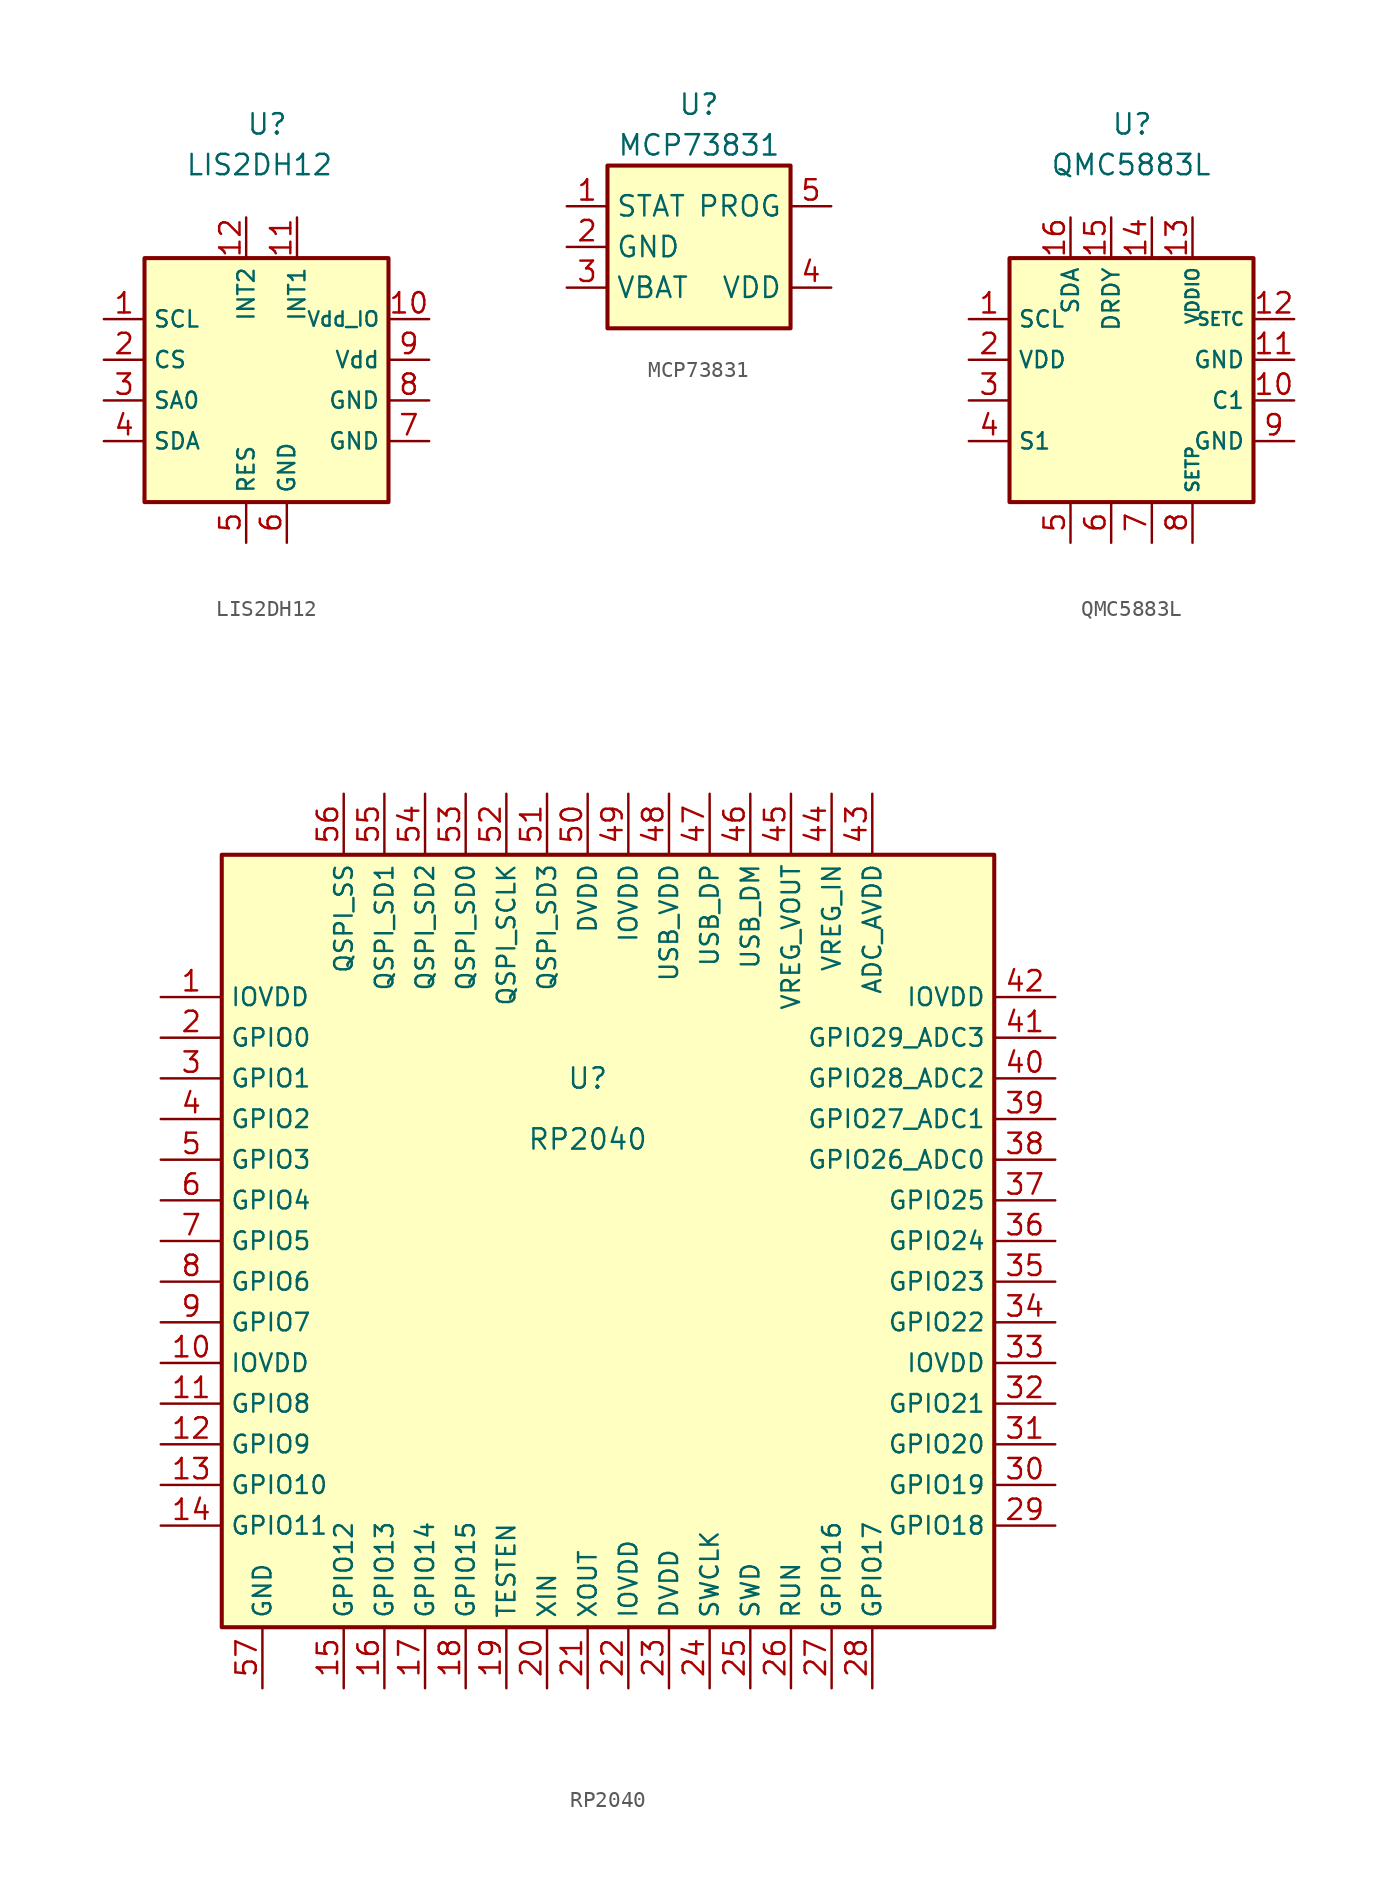
<source format=kicad_sym>
(kicad_symbol_lib
  (version 20220914)
  (generator kicad_symbol_editor)
  (symbol "LIS2DH12"
    (pin_names
      (offset 0.5))
    (property "Reference" "U"
      (at -1.27 15.24 0)
      (effects (font (size 1.27 1.27)) (justify left bottom)))
    (property "Value" "LIS2DH12"
      (at -5.08 12.7 0)
      (effects (font (size 1.27 1.27)) (justify left bottom)))
    (symbol "LIS2DH12_0_0"
      (rectangle (start -7.62 7.62) (end 7.62 -7.62) (stroke (width 0.254) (type default)) (fill (type background))))
    (symbol "LIS2DH12_1_0"
      (pin input line (at -10.16 3.81 0) (length 2.54) (name "SCL" (effects (font (size 1.016 1.016)))) (number "1" (effects (font (size 1.27 1.27)))))
      (pin power_in line (at 10.16 3.81 180) (length 2.54) (name "Vdd_IO" (effects (font (size 0.9 0.9)))) (number "10" (effects (font (size 1.27 1.27)))))
      (pin output line (at 1.905 10.16 270) (length 2.54) (name "INT1" (effects (font (size 1.016 1.016)))) (number "11" (effects (font (size 1.27 1.27)))))
      (pin output line (at -1.27 10.16 270) (length 2.54) (name "INT2" (effects (font (size 1.016 1.016)))) (number "12" (effects (font (size 1.27 1.27)))))
      (pin input line (at -10.16 1.27 0) (length 2.54) (name "CS" (effects (font (size 1.016 1.016)))) (number "2" (effects (font (size 1.27 1.27)))))
      (pin bidirectional line (at -10.16 -3.81 0) (length 2.54) (name "SDA" (effects (font (size 1.016 1.016)))) (number "4" (effects (font (size 1.27 1.27)))))
      (pin power_in line (at 10.16 -3.81 180) (length 2.54) (name "GND" (effects (font (size 1.016 1.016)))) (number "7" (effects (font (size 1.27 1.27)))))
      (pin power_in line (at 10.16 -1.27 180) (length 2.54) (name "GND" (effects (font (size 1.016 1.016)))) (number "8" (effects (font (size 1.27 1.27)))))
      (pin power_in line (at 10.16 1.27 180) (length 2.54) (name "Vdd" (effects (font (size 1.016 1.016)))) (number "9" (effects (font (size 1.27 1.27))))))
    (symbol "LIS2DH12_1_1"
      (pin bidirectional line (at -10.16 -1.27 0) (length 2.54) (name "SA0" (effects (font (size 1.016 1.016)))) (number "3" (effects (font (size 1.27 1.27)))))
      (pin input line (at -1.27 -10.16 90) (length 2.54) (name "RES" (effects (font (size 1.016 1.016)))) (number "5" (effects (font (size 1.27 1.27)))))
      (pin power_in line (at 1.27 -10.16 90) (length 2.54) (name "GND" (effects (font (size 1.016 1.016)))) (number "6" (effects (font (size 1.27 1.27)))))))
  (symbol "MCP73831"
    (property "Reference" "U"
      (at 0 8.89 0)
      (effects (font (size 1.27 1.27))))
    (property "Value" "MCP73831"
      (at 0 6.35 0)
      (effects (font (size 1.27 1.27))))
    (symbol "MCP73831_0_1"
      (rectangle (start -5.715 5.08) (end 5.715 -5.08) (stroke (width 0.254) (type default)) (fill (type background))))
    (symbol "MCP73831_1_1"
      (pin output line (at -8.255 2.54 0) (length 2.54) (name "STAT" (effects (font (size 1.27 1.27)))) (number "1" (effects (font (size 1.27 1.27)))))
      (pin power_in line (at -8.255 0 0) (length 2.54) (name "GND" (effects (font (size 1.27 1.27)))) (number "2" (effects (font (size 1.27 1.27)))))
      (pin power_out line (at -8.255 -2.54 0) (length 2.54) (name "VBAT" (effects (font (size 1.27 1.27)))) (number "3" (effects (font (size 1.27 1.27)))))
      (pin power_in line (at 8.255 -2.54 180) (length 2.54) (name "VDD" (effects (font (size 1.27 1.27)))) (number "4" (effects (font (size 1.27 1.27)))))
      (pin passive line (at 8.255 2.54 180) (length 2.54) (name "PROG" (effects (font (size 1.27 1.27)))) (number "5" (effects (font (size 1.27 1.27)))))))
  (symbol "QMC5883L"
    (pin_names
      (offset 0.5))
    (property "Reference" "U"
      (at -1.27 15.24 0)
      (effects (font (size 1.27 1.27)) (justify left bottom)))
    (property "Value" "QMC5883L"
      (at -5.08 12.7 0)
      (effects (font (size 1.27 1.27)) (justify left bottom)))
    (symbol "QMC5883L_0_0"
      (rectangle (start -7.62 7.62) (end 7.62 -7.62) (stroke (width 0.254) (type default)) (fill (type background))))
    (symbol "QMC5883L_1_0"
      (pin bidirectional line (at -10.16 3.81 0) (length 2.54) (name "SCL" (effects (font (size 1.016 1.016)))) (number "1" (effects (font (size 1.27 1.27)))))
      (pin input line (at 10.16 -1.27 180) (length 2.54) (name "C1" (effects (font (size 1.016 1.016)))) (number "10" (effects (font (size 1.27 1.27)))))
      (pin power_in line (at 10.16 1.27 180) (length 2.54) (name "GND" (effects (font (size 1.016 1.016)))) (number "11" (effects (font (size 1.27 1.27)))))
      (pin input line (at 10.16 3.81 180) (length 2.54) (name "SETC" (effects (font (size 0.8 0.8)))) (number "12" (effects (font (size 1.27 1.27)))))
      (pin power_in line (at 3.81 10.16 270) (length 2.54) (name "VDDIO" (effects (font (size 0.8 0.8)))) (number "13" (effects (font (size 1.27 1.27)))))
      (pin free line (at 1.27 10.16 270) (length 2.54) (name "" (effects (font (size 1.016 1.016)))) (number "14" (effects (font (size 1.27 1.27)))))
      (pin free line (at -1.27 10.16 270) (length 2.54) (name "DRDY" (effects (font (size 1.016 1.016)))) (number "15" (effects (font (size 1.27 1.27)))))
      (pin bidirectional line (at -3.81 10.16 270) (length 2.54) (name "SDA" (effects (font (size 1.016 1.016)))) (number "16" (effects (font (size 1.27 1.27)))))
      (pin power_in line (at -10.16 1.27 0) (length 2.54) (name "VDD" (effects (font (size 1.016 1.016)))) (number "2" (effects (font (size 1.27 1.27)))))
      (pin bidirectional line (at -10.16 -3.81 0) (length 2.54) (name "S1" (effects (font (size 1.016 1.016)))) (number "4" (effects (font (size 1.27 1.27)))))
      (pin bidirectional line (at 3.81 -10.16 90) (length 2.54) (name "SETP" (effects (font (size 0.8 0.8)))) (number "8" (effects (font (size 1.27 1.27)))))
      (pin power_in line (at 10.16 -3.81 180) (length 2.54) (name "GND" (effects (font (size 1.016 1.016)))) (number "9" (effects (font (size 1.27 1.27))))))
    (symbol "QMC5883L_1_1"
      (pin free line (at -10.16 -1.27 0) (length 2.54) (name "" (effects (font (size 1.016 1.016)))) (number "3" (effects (font (size 1.27 1.27)))))
      (pin free line (at -3.81 -10.16 90) (length 2.54) (name "" (effects (font (size 1.016 1.016)))) (number "5" (effects (font (size 1.27 1.27)))))
      (pin free line (at -1.27 -10.16 90) (length 2.54) (name "" (effects (font (size 1.016 1.016)))) (number "6" (effects (font (size 1.27 1.27)))))
      (pin free line (at 1.27 -10.16 90) (length 2.54) (name "" (effects (font (size 1.016 1.016)))) (number "7" (effects (font (size 1.27 1.27)))))))
  (symbol "RP2040"
    (property "Reference" "U"
      (at 0 10.16 0)
      (effects (font (size 1.27 1.27))))
    (property "Value" "RP2040"
      (at 0 6.35 0)
      (effects (font (size 1.27 1.27))))
    (symbol "RP2040_0_1"
      (rectangle (start -22.86 24.13) (end 25.4 -24.13) (stroke (width 0.254) (type default)) (fill (type background))))
    (symbol "RP2040_1_1"
      (pin power_in line (at -26.67 15.24 0) (length 3.81) (name "IOVDD" (effects (font (size 1.1 1.1)))) (number "1" (effects (font (size 1.27 1.27)))))
      (pin power_in line (at -26.67 -7.62 0) (length 3.81) (name "IOVDD" (effects (font (size 1.1 1.1)))) (number "10" (effects (font (size 1.27 1.27)))))
      (pin bidirectional line (at -26.67 -10.16 0) (length 3.81) (name "GPIO8" (effects (font (size 1.1 1.1)))) (number "11" (effects (font (size 1.27 1.27)))))
      (pin bidirectional line (at -26.67 -12.7 0) (length 3.81) (name "GPIO9" (effects (font (size 1.1 1.1)))) (number "12" (effects (font (size 1.27 1.27)))))
      (pin bidirectional line (at -26.67 -15.24 0) (length 3.81) (name "GPIO10" (effects (font (size 1.1 1.1)))) (number "13" (effects (font (size 1.27 1.27)))))
      (pin bidirectional line (at -26.67 -17.78 0) (length 3.81) (name "GPIO11" (effects (font (size 1.1 1.1)))) (number "14" (effects (font (size 1.27 1.27)))))
      (pin bidirectional line (at -15.24 -27.94 90) (length 3.81) (name "GPIO12" (effects (font (size 1.1 1.1)))) (number "15" (effects (font (size 1.27 1.27)))))
      (pin bidirectional line (at -12.7 -27.94 90) (length 3.81) (name "GPIO13" (effects (font (size 1.1 1.1)))) (number "16" (effects (font (size 1.27 1.27)))))
      (pin bidirectional line (at -10.16 -27.94 90) (length 3.81) (name "GPIO14" (effects (font (size 1.1 1.1)))) (number "17" (effects (font (size 1.27 1.27)))))
      (pin bidirectional line (at -7.62 -27.94 90) (length 3.81) (name "GPIO15" (effects (font (size 1.1 1.1)))) (number "18" (effects (font (size 1.27 1.27)))))
      (pin input line (at -5.08 -27.94 90) (length 3.81) (name "TESTEN" (effects (font (size 1.1 1.1)))) (number "19" (effects (font (size 1.27 1.27)))))
      (pin bidirectional line (at -26.67 12.7 0) (length 3.81) (name "GPIO0" (effects (font (size 1.1 1.1)))) (number "2" (effects (font (size 1.27 1.27)))))
      (pin input line (at -2.54 -27.94 90) (length 3.81) (name "XIN" (effects (font (size 1.1 1.1)))) (number "20" (effects (font (size 1.27 1.27)))))
      (pin passive line (at 0 -27.94 90) (length 3.81) (name "XOUT" (effects (font (size 1.1 1.1)))) (number "21" (effects (font (size 1.27 1.27)))))
      (pin power_in line (at 2.54 -27.94 90) (length 3.81) (name "IOVDD" (effects (font (size 1.1 1.1)))) (number "22" (effects (font (size 1.27 1.27)))))
      (pin power_in line (at 5.08 -27.94 90) (length 3.81) (name "DVDD" (effects (font (size 1.1 1.1)))) (number "23" (effects (font (size 1.27 1.27)))))
      (pin input line (at 7.62 -27.94 90) (length 3.81) (name "SWCLK" (effects (font (size 1.1 1.1)))) (number "24" (effects (font (size 1.27 1.27)))))
      (pin bidirectional line (at 10.16 -27.94 90) (length 3.81) (name "SWD" (effects (font (size 1.1 1.1)))) (number "25" (effects (font (size 1.27 1.27)))))
      (pin input line (at 12.7 -27.94 90) (length 3.81) (name "RUN" (effects (font (size 1.1 1.1)))) (number "26" (effects (font (size 1.27 1.27)))))
      (pin bidirectional line (at 15.24 -27.94 90) (length 3.81) (name "GPIO16" (effects (font (size 1.1 1.1)))) (number "27" (effects (font (size 1.27 1.27)))))
      (pin bidirectional line (at 17.78 -27.94 90) (length 3.81) (name "GPIO17" (effects (font (size 1.1 1.1)))) (number "28" (effects (font (size 1.27 1.27)))))
      (pin bidirectional line (at 29.21 -17.78 180) (length 3.81) (name "GPIO18" (effects (font (size 1.1 1.1)))) (number "29" (effects (font (size 1.27 1.27)))))
      (pin bidirectional line (at -26.67 10.16 0) (length 3.81) (name "GPIO1" (effects (font (size 1.1 1.1)))) (number "3" (effects (font (size 1.27 1.27)))))
      (pin bidirectional line (at 29.21 -15.24 180) (length 3.81) (name "GPIO19" (effects (font (size 1.1 1.1)))) (number "30" (effects (font (size 1.27 1.27)))))
      (pin bidirectional line (at 29.21 -12.7 180) (length 3.81) (name "GPIO20" (effects (font (size 1.1 1.1)))) (number "31" (effects (font (size 1.27 1.27)))))
      (pin bidirectional line (at 29.21 -10.16 180) (length 3.81) (name "GPIO21" (effects (font (size 1.1 1.1)))) (number "32" (effects (font (size 1.27 1.27)))))
      (pin power_in line (at 29.21 -7.62 180) (length 3.81) (name "IOVDD" (effects (font (size 1.1 1.1)))) (number "33" (effects (font (size 1.27 1.27)))))
      (pin bidirectional line (at 29.21 -5.08 180) (length 3.81) (name "GPIO22" (effects (font (size 1.1 1.1)))) (number "34" (effects (font (size 1.27 1.27)))))
      (pin bidirectional line (at 29.21 -2.54 180) (length 3.81) (name "GPIO23" (effects (font (size 1.1 1.1)))) (number "35" (effects (font (size 1.27 1.27)))))
      (pin bidirectional line (at 29.21 0 180) (length 3.81) (name "GPIO24" (effects (font (size 1.1 1.1)))) (number "36" (effects (font (size 1.27 1.27)))))
      (pin bidirectional line (at 29.21 2.54 180) (length 3.81) (name "GPIO25" (effects (font (size 1.1 1.1)))) (number "37" (effects (font (size 1.27 1.27)))))
      (pin bidirectional line (at 29.21 5.08 180) (length 3.81) (name "GPIO26_ADC0" (effects (font (size 1.1 1.1)))) (number "38" (effects (font (size 1.27 1.27)))))
      (pin bidirectional line (at 29.21 7.62 180) (length 3.81) (name "GPIO27_ADC1" (effects (font (size 1.1 1.1)))) (number "39" (effects (font (size 1.27 1.27)))))
      (pin bidirectional line (at -26.67 7.62 0) (length 3.81) (name "GPIO2" (effects (font (size 1.1 1.1)))) (number "4" (effects (font (size 1.27 1.27)))))
      (pin bidirectional line (at 29.21 10.16 180) (length 3.81) (name "GPIO28_ADC2" (effects (font (size 1.1 1.1)))) (number "40" (effects (font (size 1.27 1.27)))))
      (pin bidirectional line (at 29.21 12.7 180) (length 3.81) (name "GPIO29_ADC3" (effects (font (size 1.1 1.1)))) (number "41" (effects (font (size 1.27 1.27)))))
      (pin power_in line (at 29.21 15.24 180) (length 3.81) (name "IOVDD" (effects (font (size 1.1 1.1)))) (number "42" (effects (font (size 1.27 1.27)))))
      (pin power_in line (at 17.78 27.94 270) (length 3.81) (name "ADC_AVDD" (effects (font (size 1.1 1.1)))) (number "43" (effects (font (size 1.27 1.27)))))
      (pin power_in line (at 15.24 27.94 270) (length 3.81) (name "VREG_IN" (effects (font (size 1.1 1.1)))) (number "44" (effects (font (size 1.27 1.27)))))
      (pin power_out line (at 12.7 27.94 270) (length 3.81) (name "VREG_VOUT" (effects (font (size 1.1 1.1)))) (number "45" (effects (font (size 1.27 1.27)))))
      (pin bidirectional line (at 10.16 27.94 270) (length 3.81) (name "USB_DM" (effects (font (size 1.1 1.1)))) (number "46" (effects (font (size 1.27 1.27)))))
      (pin bidirectional line (at 7.62 27.94 270) (length 3.81) (name "USB_DP" (effects (font (size 1.1 1.1)))) (number "47" (effects (font (size 1.27 1.27)))))
      (pin power_in line (at 5.08 27.94 270) (length 3.81) (name "USB_VDD" (effects (font (size 1.1 1.1)))) (number "48" (effects (font (size 1.27 1.27)))))
      (pin power_in line (at 2.54 27.94 270) (length 3.81) (name "IOVDD" (effects (font (size 1.1 1.1)))) (number "49" (effects (font (size 1.27 1.27)))))
      (pin bidirectional line (at -26.67 5.08 0) (length 3.81) (name "GPIO3" (effects (font (size 1.1 1.1)))) (number "5" (effects (font (size 1.27 1.27)))))
      (pin passive line (at 0 27.94 270) (length 3.81) (name "DVDD" (effects (font (size 1.1 1.1)))) (number "50" (effects (font (size 1.27 1.27)))))
      (pin bidirectional line (at -2.54 27.94 270) (length 3.81) (name "QSPI_SD3" (effects (font (size 1.1 1.1)))) (number "51" (effects (font (size 1.27 1.27)))))
      (pin output line (at -5.08 27.94 270) (length 3.81) (name "QSPI_SCLK" (effects (font (size 1.1 1.1)))) (number "52" (effects (font (size 1.27 1.27)))))
      (pin bidirectional line (at -7.62 27.94 270) (length 3.81) (name "QSPI_SD0" (effects (font (size 1.1 1.1)))) (number "53" (effects (font (size 1.27 1.27)))))
      (pin bidirectional line (at -10.16 27.94 270) (length 3.81) (name "QSPI_SD2" (effects (font (size 1.1 1.1)))) (number "54" (effects (font (size 1.27 1.27)))))
      (pin bidirectional line (at -12.7 27.94 270) (length 3.81) (name "QSPI_SD1" (effects (font (size 1.1 1.1)))) (number "55" (effects (font (size 1.27 1.27)))))
      (pin bidirectional line (at -15.24 27.94 270) (length 3.81) (name "QSPI_SS" (effects (font (size 1.1 1.1)))) (number "56" (effects (font (size 1.27 1.27)))))
      (pin power_in line (at -20.32 -27.94 90) (length 3.81) (name "GND" (effects (font (size 1.1 1.1)))) (number "57" (effects (font (size 1.27 1.27)))))
      (pin bidirectional line (at -26.67 2.54 0) (length 3.81) (name "GPIO4" (effects (font (size 1.1 1.1)))) (number "6" (effects (font (size 1.27 1.27)))))
      (pin bidirectional line (at -26.67 0 0) (length 3.81) (name "GPIO5" (effects (font (size 1.1 1.1)))) (number "7" (effects (font (size 1.27 1.27)))))
      (pin bidirectional line (at -26.67 -2.54 0) (length 3.81) (name "GPIO6" (effects (font (size 1.1 1.1)))) (number "8" (effects (font (size 1.27 1.27)))))
      (pin bidirectional line (at -26.67 -5.08 0) (length 3.81) (name "GPIO7" (effects (font (size 1.1 1.1)))) (number "9" (effects (font (size 1.27 1.27))))))))
</source>
